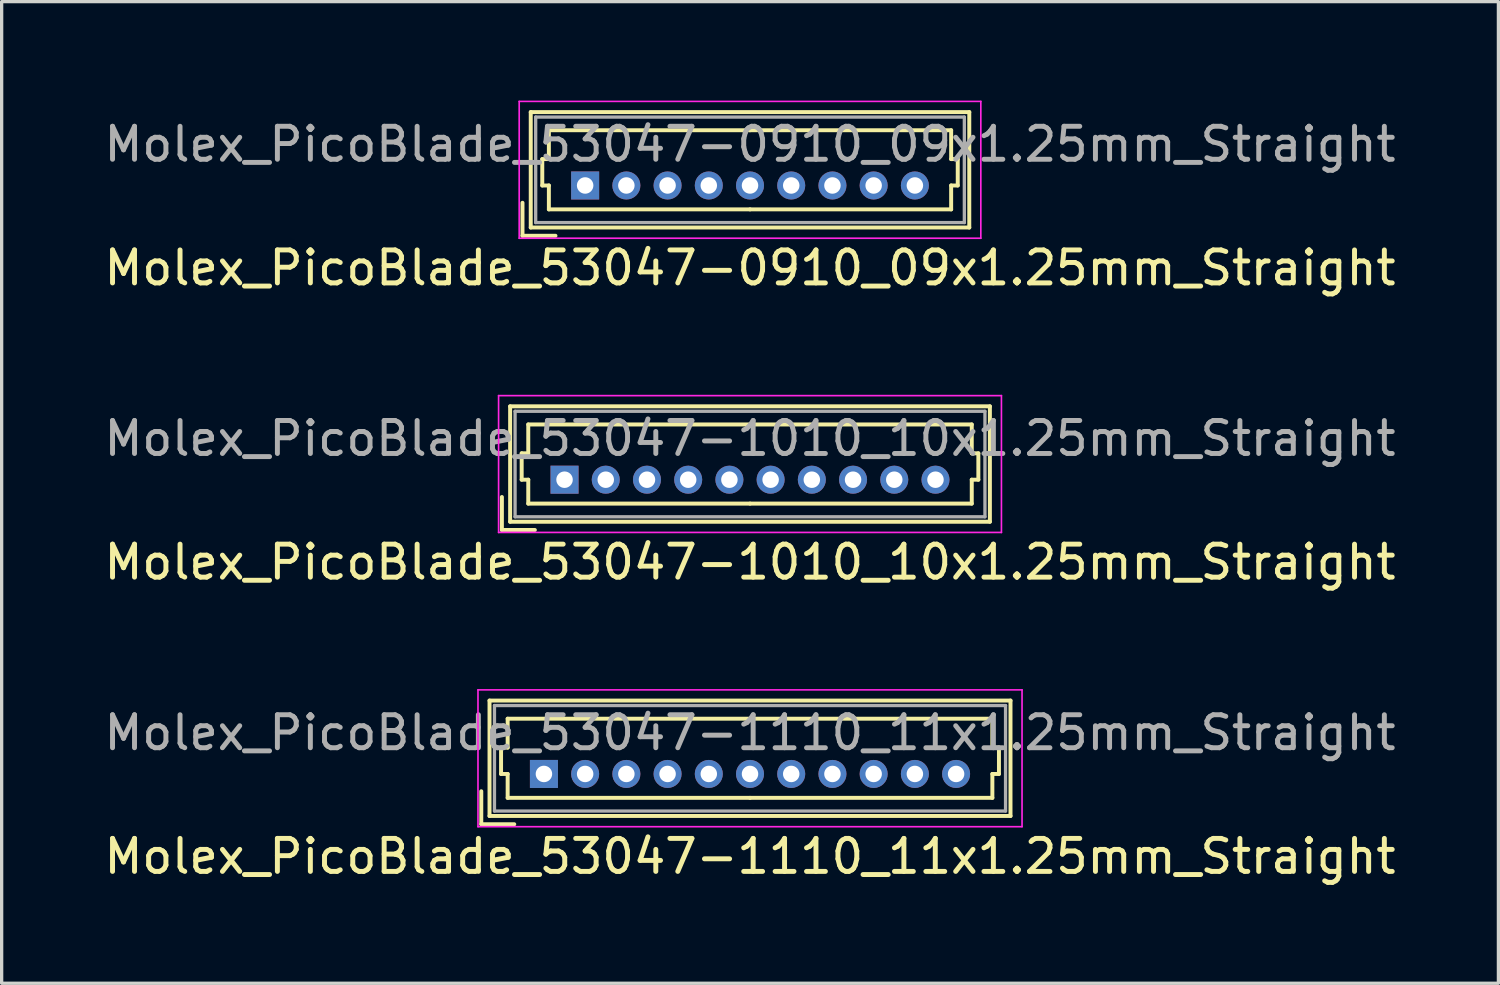
<source format=kicad_pcb>
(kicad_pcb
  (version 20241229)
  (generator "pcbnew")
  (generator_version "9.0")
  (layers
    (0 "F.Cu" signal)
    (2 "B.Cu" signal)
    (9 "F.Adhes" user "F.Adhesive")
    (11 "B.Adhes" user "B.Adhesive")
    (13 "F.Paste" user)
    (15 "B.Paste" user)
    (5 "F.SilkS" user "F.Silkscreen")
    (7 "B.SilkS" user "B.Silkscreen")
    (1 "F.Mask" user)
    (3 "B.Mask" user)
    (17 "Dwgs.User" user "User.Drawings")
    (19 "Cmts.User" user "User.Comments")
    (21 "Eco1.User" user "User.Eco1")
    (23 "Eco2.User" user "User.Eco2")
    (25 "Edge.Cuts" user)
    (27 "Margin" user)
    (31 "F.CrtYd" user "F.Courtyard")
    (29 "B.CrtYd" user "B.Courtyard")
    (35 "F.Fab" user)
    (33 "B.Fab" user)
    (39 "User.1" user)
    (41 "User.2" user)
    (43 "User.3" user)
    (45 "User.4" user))
  (footprint "Molex_PicoBlade_53047-1010_10x1.25mm_Straight"
    (layer "F.Cu")
    (at 14.071 11.498)
    (property "Reference" "Molex_PicoBlade_53047-1010_10x1.25mm_Straight" (at 5.625 2.5 0) (layer "F.SilkS") (effects (font (size 1 1) (thickness 0.15))))
    (attr through_hole)
    (fp_line (start -1.9 1.525) (end -1.9 0.525) (stroke (width 0.12) (type solid)) (layer "F.SilkS"))
    (fp_line (start -1.9 1.525) (end -0.9 1.525) (stroke (width 0.12) (type solid)) (layer "F.SilkS"))
    (fp_line (start -1.65 -2.225) (end -1.65 1.275) (stroke (width 0.12) (type solid)) (layer "F.SilkS"))
    (fp_line (start -1.65 1.275) (end 12.9 1.275) (stroke (width 0.12) (type solid)) (layer "F.SilkS"))
    (fp_line (start -1.3 -0.8) (end -1.1 -0.8) (stroke (width 0.12) (type solid)) (layer "F.SilkS"))
    (fp_line (start -1.3 0) (end -1.3 -0.8) (stroke (width 0.12) (type solid)) (layer "F.SilkS"))
    (fp_line (start -1.1 -1.675) (end 5.625 -1.675) (stroke (width 0.12) (type solid)) (layer "F.SilkS"))
    (fp_line (start -1.1 -0.8) (end -1.1 -1.675) (stroke (width 0.12) (type solid)) (layer "F.SilkS"))
    (fp_line (start -1.1 0) (end -1.3 0) (stroke (width 0.12) (type solid)) (layer "F.SilkS"))
    (fp_line (start -1.1 0.725) (end -1.1 0) (stroke (width 0.12) (type solid)) (layer "F.SilkS"))
    (fp_line (start 5.625 0.725) (end -1.1 0.725) (stroke (width 0.12) (type solid)) (layer "F.SilkS"))
    (fp_line (start 5.625 0.725) (end 12.35 0.725) (stroke (width 0.12) (type solid)) (layer "F.SilkS"))
    (fp_line (start 12.35 -1.675) (end 5.625 -1.675) (stroke (width 0.12) (type solid)) (layer "F.SilkS"))
    (fp_line (start 12.35 -0.8) (end 12.35 -1.675) (stroke (width 0.12) (type solid)) (layer "F.SilkS"))
    (fp_line (start 12.35 0) (end 12.55 0) (stroke (width 0.12) (type solid)) (layer "F.SilkS"))
    (fp_line (start 12.35 0.725) (end 12.35 0) (stroke (width 0.12) (type solid)) (layer "F.SilkS"))
    (fp_line (start 12.55 -0.8) (end 12.35 -0.8) (stroke (width 0.12) (type solid)) (layer "F.SilkS"))
    (fp_line (start 12.55 0) (end 12.55 -0.8) (stroke (width 0.12) (type solid)) (layer "F.SilkS"))
    (fp_line (start 12.9 -2.225) (end -1.65 -2.225) (stroke (width 0.12) (type solid)) (layer "F.SilkS"))
    (fp_line (start 12.9 1.275) (end 12.9 -2.225) (stroke (width 0.12) (type solid)) (layer "F.SilkS"))
    (fp_line (start -2 -2.55) (end -2 1.6) (stroke (width 0.05) (type solid)) (layer "F.CrtYd"))
    (fp_line (start -2 1.6) (end 13.25 1.6) (stroke (width 0.05) (type solid)) (layer "F.CrtYd"))
    (fp_line (start 13.25 -2.55) (end -2 -2.55) (stroke (width 0.05) (type solid)) (layer "F.CrtYd"))
    (fp_line (start 13.25 1.6) (end 13.25 -2.55) (stroke (width 0.05) (type solid)) (layer "F.CrtYd"))
    (fp_line (start -1.5 -2.075) (end -1.5 1.125) (stroke (width 0.1) (type solid)) (layer "F.Fab"))
    (fp_line (start -1.5 1.125) (end 12.75 1.125) (stroke (width 0.1) (type solid)) (layer "F.Fab"))
    (fp_line (start 12.75 -2.075) (end -1.5 -2.075) (stroke (width 0.1) (type solid)) (layer "F.Fab"))
    (fp_line (start 12.75 1.125) (end 12.75 -2.075) (stroke (width 0.1) (type solid)) (layer "F.Fab"))
    (fp_text user "${REFERENCE}" (at 5.625 -1.25 0) (layer "F.Fab") (effects (font (size 1 1) (thickness 0.15))))
    (pad "1" thru_hole rect (at 0 0) (size 0.85 0.85) (drill 0.5) (layers "*.Cu" "*.Mask"))
    (pad "2" thru_hole circle (at 1.25 0) (size 0.85 0.85) (drill 0.5) (layers "*.Cu" "*.Mask"))
    (pad "3" thru_hole circle (at 2.5 0) (size 0.85 0.85) (drill 0.5) (layers "*.Cu" "*.Mask"))
    (pad "4" thru_hole circle (at 3.75 0) (size 0.85 0.85) (drill 0.5) (layers "*.Cu" "*.Mask"))
    (pad "5" thru_hole circle (at 5 0) (size 0.85 0.85) (drill 0.5) (layers "*.Cu" "*.Mask"))
    (pad "6" thru_hole circle (at 6.25 0) (size 0.85 0.85) (drill 0.5) (layers "*.Cu" "*.Mask"))
    (pad "7" thru_hole circle (at 7.5 0) (size 0.85 0.85) (drill 0.5) (layers "*.Cu" "*.Mask"))
    (pad "8" thru_hole circle (at 8.75 0) (size 0.85 0.85) (drill 0.5) (layers "*.Cu" "*.Mask"))
    (pad "9" thru_hole circle (at 10 0) (size 0.85 0.85) (drill 0.5) (layers "*.Cu" "*.Mask"))
    (pad "10" thru_hole circle (at 11.25 0) (size 0.85 0.85) (drill 0.5) (layers "*.Cu" "*.Mask")))
  (footprint "Molex_PicoBlade_53047-0910_09x1.25mm_Straight"
    (layer "F.Cu")
    (at 14.696 2.575)
    (property "Reference" "Molex_PicoBlade_53047-0910_09x1.25mm_Straight" (at 5 2.5 0) (layer "F.SilkS") (effects (font (size 1 1) (thickness 0.15))))
    (attr through_hole)
    (fp_line (start -1.9 1.525) (end -1.9 0.525) (stroke (width 0.12) (type solid)) (layer "F.SilkS"))
    (fp_line (start -1.9 1.525) (end -0.9 1.525) (stroke (width 0.12) (type solid)) (layer "F.SilkS"))
    (fp_line (start -1.65 -2.225) (end -1.65 1.275) (stroke (width 0.12) (type solid)) (layer "F.SilkS"))
    (fp_line (start -1.65 1.275) (end 11.65 1.275) (stroke (width 0.12) (type solid)) (layer "F.SilkS"))
    (fp_line (start -1.3 -0.8) (end -1.1 -0.8) (stroke (width 0.12) (type solid)) (layer "F.SilkS"))
    (fp_line (start -1.3 0) (end -1.3 -0.8) (stroke (width 0.12) (type solid)) (layer "F.SilkS"))
    (fp_line (start -1.1 -1.675) (end 5 -1.675) (stroke (width 0.12) (type solid)) (layer "F.SilkS"))
    (fp_line (start -1.1 -0.8) (end -1.1 -1.675) (stroke (width 0.12) (type solid)) (layer "F.SilkS"))
    (fp_line (start -1.1 0) (end -1.3 0) (stroke (width 0.12) (type solid)) (layer "F.SilkS"))
    (fp_line (start -1.1 0.725) (end -1.1 0) (stroke (width 0.12) (type solid)) (layer "F.SilkS"))
    (fp_line (start 5 0.725) (end -1.1 0.725) (stroke (width 0.12) (type solid)) (layer "F.SilkS"))
    (fp_line (start 5 0.725) (end 11.1 0.725) (stroke (width 0.12) (type solid)) (layer "F.SilkS"))
    (fp_line (start 11.1 -1.675) (end 5 -1.675) (stroke (width 0.12) (type solid)) (layer "F.SilkS"))
    (fp_line (start 11.1 -0.8) (end 11.1 -1.675) (stroke (width 0.12) (type solid)) (layer "F.SilkS"))
    (fp_line (start 11.1 0) (end 11.3 0) (stroke (width 0.12) (type solid)) (layer "F.SilkS"))
    (fp_line (start 11.1 0.725) (end 11.1 0) (stroke (width 0.12) (type solid)) (layer "F.SilkS"))
    (fp_line (start 11.3 -0.8) (end 11.1 -0.8) (stroke (width 0.12) (type solid)) (layer "F.SilkS"))
    (fp_line (start 11.3 0) (end 11.3 -0.8) (stroke (width 0.12) (type solid)) (layer "F.SilkS"))
    (fp_line (start 11.65 -2.225) (end -1.65 -2.225) (stroke (width 0.12) (type solid)) (layer "F.SilkS"))
    (fp_line (start 11.65 1.275) (end 11.65 -2.225) (stroke (width 0.12) (type solid)) (layer "F.SilkS"))
    (fp_line (start -2 -2.55) (end -2 1.6) (stroke (width 0.05) (type solid)) (layer "F.CrtYd"))
    (fp_line (start -2 1.6) (end 12 1.6) (stroke (width 0.05) (type solid)) (layer "F.CrtYd"))
    (fp_line (start 12 -2.55) (end -2 -2.55) (stroke (width 0.05) (type solid)) (layer "F.CrtYd"))
    (fp_line (start 12 1.6) (end 12 -2.55) (stroke (width 0.05) (type solid)) (layer "F.CrtYd"))
    (fp_line (start -1.5 -2.075) (end -1.5 1.125) (stroke (width 0.1) (type solid)) (layer "F.Fab"))
    (fp_line (start -1.5 1.125) (end 11.5 1.125) (stroke (width 0.1) (type solid)) (layer "F.Fab"))
    (fp_line (start 11.5 -2.075) (end -1.5 -2.075) (stroke (width 0.1) (type solid)) (layer "F.Fab"))
    (fp_line (start 11.5 1.125) (end 11.5 -2.075) (stroke (width 0.1) (type solid)) (layer "F.Fab"))
    (fp_text user "${REFERENCE}" (at 5 -1.25 0) (layer "F.Fab") (effects (font (size 1 1) (thickness 0.15))))
    (pad "1" thru_hole rect (at 0 0) (size 0.85 0.85) (drill 0.5) (layers "*.Cu" "*.Mask"))
    (pad "2" thru_hole circle (at 1.25 0) (size 0.85 0.85) (drill 0.5) (layers "*.Cu" "*.Mask"))
    (pad "3" thru_hole circle (at 2.5 0) (size 0.85 0.85) (drill 0.5) (layers "*.Cu" "*.Mask"))
    (pad "4" thru_hole circle (at 3.75 0) (size 0.85 0.85) (drill 0.5) (layers "*.Cu" "*.Mask"))
    (pad "5" thru_hole circle (at 5 0) (size 0.85 0.85) (drill 0.5) (layers "*.Cu" "*.Mask"))
    (pad "6" thru_hole circle (at 6.25 0) (size 0.85 0.85) (drill 0.5) (layers "*.Cu" "*.Mask"))
    (pad "7" thru_hole circle (at 7.5 0) (size 0.85 0.85) (drill 0.5) (layers "*.Cu" "*.Mask"))
    (pad "8" thru_hole circle (at 8.75 0) (size 0.85 0.85) (drill 0.5) (layers "*.Cu" "*.Mask"))
    (pad "9" thru_hole circle (at 10 0) (size 0.85 0.85) (drill 0.5) (layers "*.Cu" "*.Mask")))
  (footprint "Molex_PicoBlade_53047-1110_11x1.25mm_Straight"
    (layer "F.Cu")
    (at 13.446 20.422)
    (property "Reference" "Molex_PicoBlade_53047-1110_11x1.25mm_Straight" (at 6.25 2.5 0) (layer "F.SilkS") (effects (font (size 1 1) (thickness 0.15))))
    (attr through_hole)
    (fp_line (start -1.9 1.525) (end -1.9 0.525) (stroke (width 0.12) (type solid)) (layer "F.SilkS"))
    (fp_line (start -1.9 1.525) (end -0.9 1.525) (stroke (width 0.12) (type solid)) (layer "F.SilkS"))
    (fp_line (start -1.65 -2.225) (end -1.65 1.275) (stroke (width 0.12) (type solid)) (layer "F.SilkS"))
    (fp_line (start -1.65 1.275) (end 14.15 1.275) (stroke (width 0.12) (type solid)) (layer "F.SilkS"))
    (fp_line (start -1.3 -0.8) (end -1.1 -0.8) (stroke (width 0.12) (type solid)) (layer "F.SilkS"))
    (fp_line (start -1.3 0) (end -1.3 -0.8) (stroke (width 0.12) (type solid)) (layer "F.SilkS"))
    (fp_line (start -1.1 -1.675) (end 6.25 -1.675) (stroke (width 0.12) (type solid)) (layer "F.SilkS"))
    (fp_line (start -1.1 -0.8) (end -1.1 -1.675) (stroke (width 0.12) (type solid)) (layer "F.SilkS"))
    (fp_line (start -1.1 0) (end -1.3 0) (stroke (width 0.12) (type solid)) (layer "F.SilkS"))
    (fp_line (start -1.1 0.725) (end -1.1 0) (stroke (width 0.12) (type solid)) (layer "F.SilkS"))
    (fp_line (start 6.25 0.725) (end -1.1 0.725) (stroke (width 0.12) (type solid)) (layer "F.SilkS"))
    (fp_line (start 6.25 0.725) (end 13.6 0.725) (stroke (width 0.12) (type solid)) (layer "F.SilkS"))
    (fp_line (start 13.6 -1.675) (end 6.25 -1.675) (stroke (width 0.12) (type solid)) (layer "F.SilkS"))
    (fp_line (start 13.6 -0.8) (end 13.6 -1.675) (stroke (width 0.12) (type solid)) (layer "F.SilkS"))
    (fp_line (start 13.6 0) (end 13.8 0) (stroke (width 0.12) (type solid)) (layer "F.SilkS"))
    (fp_line (start 13.6 0.725) (end 13.6 0) (stroke (width 0.12) (type solid)) (layer "F.SilkS"))
    (fp_line (start 13.8 -0.8) (end 13.6 -0.8) (stroke (width 0.12) (type solid)) (layer "F.SilkS"))
    (fp_line (start 13.8 0) (end 13.8 -0.8) (stroke (width 0.12) (type solid)) (layer "F.SilkS"))
    (fp_line (start 14.15 -2.225) (end -1.65 -2.225) (stroke (width 0.12) (type solid)) (layer "F.SilkS"))
    (fp_line (start 14.15 1.275) (end 14.15 -2.225) (stroke (width 0.12) (type solid)) (layer "F.SilkS"))
    (fp_line (start -2 -2.55) (end -2 1.6) (stroke (width 0.05) (type solid)) (layer "F.CrtYd"))
    (fp_line (start -2 1.6) (end 14.5 1.6) (stroke (width 0.05) (type solid)) (layer "F.CrtYd"))
    (fp_line (start 14.5 -2.55) (end -2 -2.55) (stroke (width 0.05) (type solid)) (layer "F.CrtYd"))
    (fp_line (start 14.5 1.6) (end 14.5 -2.55) (stroke (width 0.05) (type solid)) (layer "F.CrtYd"))
    (fp_line (start -1.5 -2.075) (end -1.5 1.125) (stroke (width 0.1) (type solid)) (layer "F.Fab"))
    (fp_line (start -1.5 1.125) (end 14 1.125) (stroke (width 0.1) (type solid)) (layer "F.Fab"))
    (fp_line (start 14 -2.075) (end -1.5 -2.075) (stroke (width 0.1) (type solid)) (layer "F.Fab"))
    (fp_line (start 14 1.125) (end 14 -2.075) (stroke (width 0.1) (type solid)) (layer "F.Fab"))
    (fp_text user "${REFERENCE}" (at 6.25 -1.25 0) (layer "F.Fab") (effects (font (size 1 1) (thickness 0.15))))
    (pad "1" thru_hole rect (at 0 0) (size 0.85 0.85) (drill 0.5) (layers "*.Cu" "*.Mask"))
    (pad "2" thru_hole circle (at 1.25 0) (size 0.85 0.85) (drill 0.5) (layers "*.Cu" "*.Mask"))
    (pad "3" thru_hole circle (at 2.5 0) (size 0.85 0.85) (drill 0.5) (layers "*.Cu" "*.Mask"))
    (pad "4" thru_hole circle (at 3.75 0) (size 0.85 0.85) (drill 0.5) (layers "*.Cu" "*.Mask"))
    (pad "5" thru_hole circle (at 5 0) (size 0.85 0.85) (drill 0.5) (layers "*.Cu" "*.Mask"))
    (pad "6" thru_hole circle (at 6.25 0) (size 0.85 0.85) (drill 0.5) (layers "*.Cu" "*.Mask"))
    (pad "7" thru_hole circle (at 7.5 0) (size 0.85 0.85) (drill 0.5) (layers "*.Cu" "*.Mask"))
    (pad "8" thru_hole circle (at 8.75 0) (size 0.85 0.85) (drill 0.5) (layers "*.Cu" "*.Mask"))
    (pad "9" thru_hole circle (at 10 0) (size 0.85 0.85) (drill 0.5) (layers "*.Cu" "*.Mask"))
    (pad "10" thru_hole circle (at 11.25 0) (size 0.85 0.85) (drill 0.5) (layers "*.Cu" "*.Mask"))
    (pad "11" thru_hole circle (at 12.5 0) (size 0.85 0.85) (drill 0.5) (layers "*.Cu" "*.Mask")))
  (gr_rect
    (start -3 -3)
    (end 42.393 26.77)
    (stroke (width 0.1) (type default))
    (fill no)
    (layer "Edge.Cuts")))
</source>
